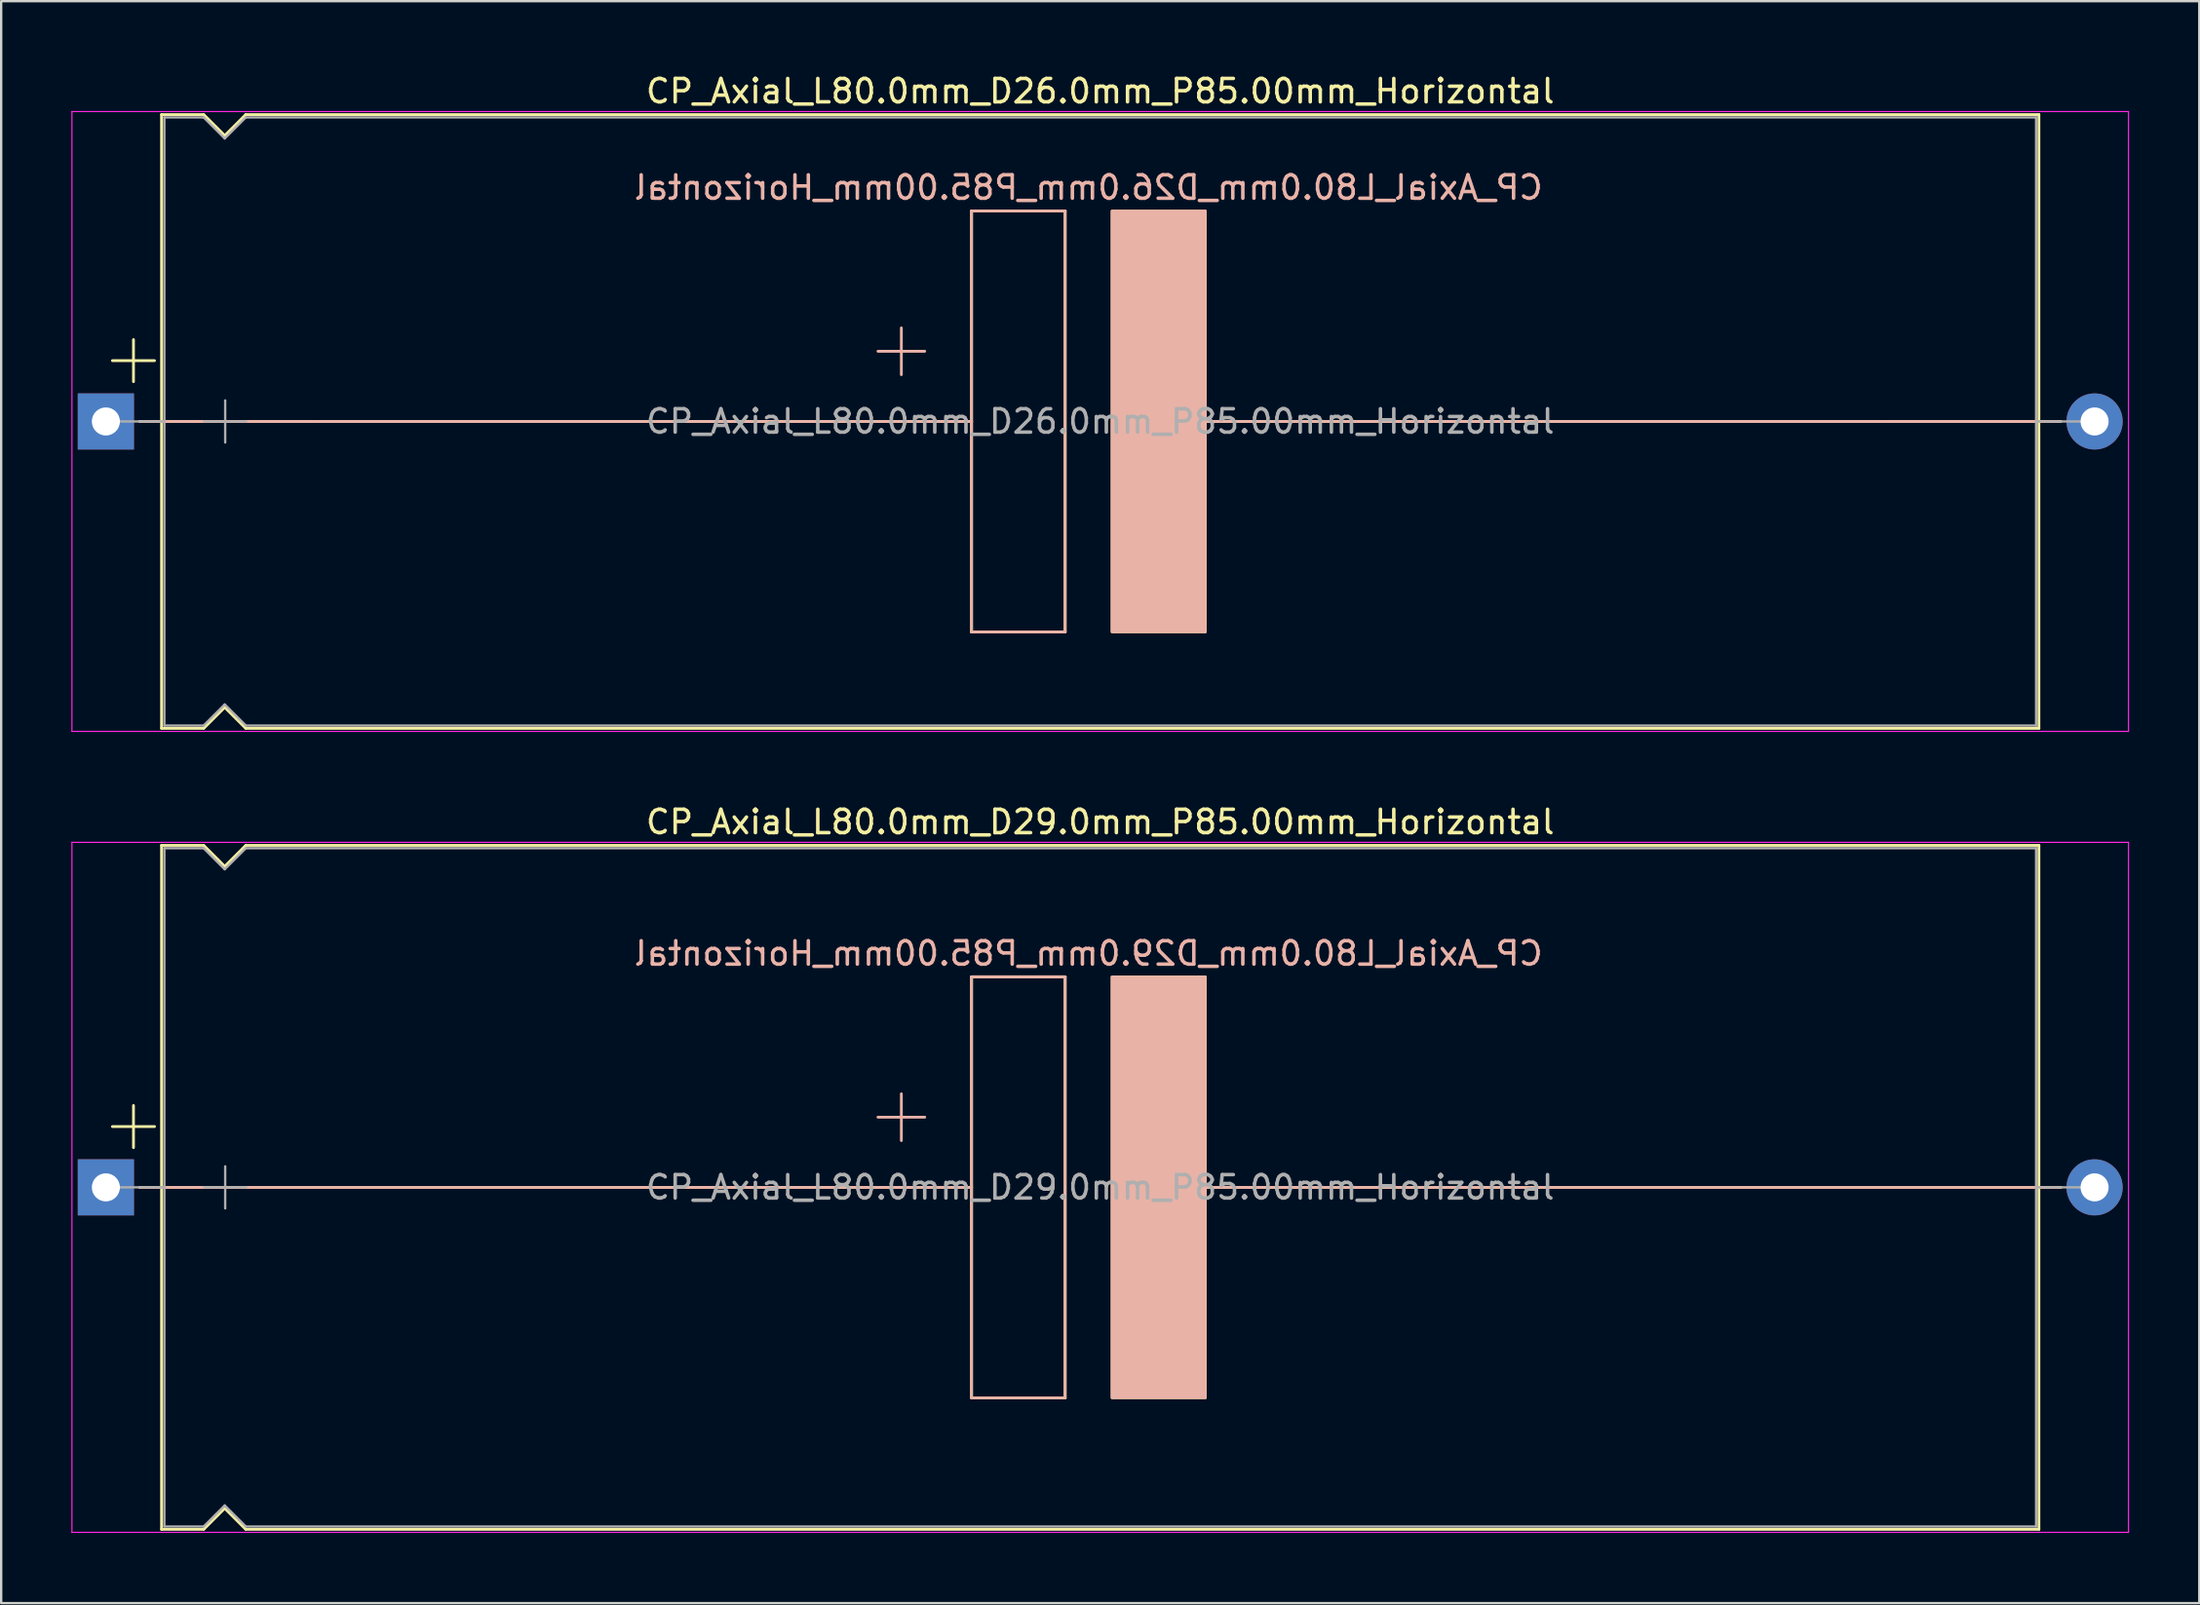
<source format=kicad_pcb>
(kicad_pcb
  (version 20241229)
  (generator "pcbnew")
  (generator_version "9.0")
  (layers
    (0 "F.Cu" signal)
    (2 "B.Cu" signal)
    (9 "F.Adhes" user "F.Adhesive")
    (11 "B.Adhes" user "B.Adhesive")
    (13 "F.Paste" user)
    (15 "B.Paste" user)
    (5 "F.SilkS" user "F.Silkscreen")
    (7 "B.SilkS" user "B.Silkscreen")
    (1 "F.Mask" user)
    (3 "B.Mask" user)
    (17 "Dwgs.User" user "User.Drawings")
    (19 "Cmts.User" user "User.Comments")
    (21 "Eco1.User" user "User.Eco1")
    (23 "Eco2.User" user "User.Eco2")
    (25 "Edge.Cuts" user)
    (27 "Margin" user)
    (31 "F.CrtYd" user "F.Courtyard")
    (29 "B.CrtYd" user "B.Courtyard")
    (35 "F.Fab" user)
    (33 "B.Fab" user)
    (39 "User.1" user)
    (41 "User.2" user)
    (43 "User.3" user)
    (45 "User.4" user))
  (footprint "CP_Axial_L80.0mm_D29.0mm_P85.00mm_Horizontal"
    (layer "F.Cu")
    (at 1.475 47.712)
    (property "Reference" "CP_Axial_L80.0mm_D29.0mm_P85.00mm_Horizontal" (at 42.5 -15.62 0) (layer "F.SilkS") (effects (font (size 1 1) (thickness 0.15))))
    (fp_line (start 0.28 -2.6) (end 2.08 -2.6) (stroke (width 0.12) (type solid)) (layer "F.SilkS"))
    (fp_line (start 1.18 -3.5) (end 1.18 -1.7) (stroke (width 0.12) (type solid)) (layer "F.SilkS"))
    (fp_line (start 1.44 0) (end 2.38 0) (stroke (width 0.12) (type solid)) (layer "F.SilkS"))
    (fp_line (start 2.38 -14.62) (end 2.38 14.62) (stroke (width 0.12) (type solid)) (layer "F.SilkS"))
    (fp_line (start 2.38 -14.62) (end 4.18 -14.62) (stroke (width 0.12) (type solid)) (layer "F.SilkS"))
    (fp_line (start 2.38 0) (end 37 0) (stroke (width 0.12) (type solid)) (layer "F.SilkS"))
    (fp_line (start 2.38 14.62) (end 4.18 14.62) (stroke (width 0.12) (type solid)) (layer "F.SilkS"))
    (fp_line (start 4.18 -14.62) (end 5.08 -13.72) (stroke (width 0.12) (type solid)) (layer "F.SilkS"))
    (fp_line (start 4.18 14.62) (end 5.08 13.72) (stroke (width 0.12) (type solid)) (layer "F.SilkS"))
    (fp_line (start 5.08 -13.72) (end 5.98 -14.62) (stroke (width 0.12) (type solid)) (layer "F.SilkS"))
    (fp_line (start 5.08 13.72) (end 5.98 14.62) (stroke (width 0.12) (type solid)) (layer "F.SilkS"))
    (fp_line (start 5.98 -14.62) (end 82.62 -14.62) (stroke (width 0.12) (type solid)) (layer "F.SilkS"))
    (fp_line (start 5.98 14.62) (end 82.62 14.62) (stroke (width 0.12) (type solid)) (layer "F.SilkS"))
    (fp_line (start 37 -9) (end 41 -9) (stroke (width 0.12) (type solid)) (layer "F.SilkS"))
    (fp_line (start 37 9) (end 37 -9) (stroke (width 0.12) (type solid)) (layer "F.SilkS"))
    (fp_line (start 41 -9) (end 41 9) (stroke (width 0.12) (type solid)) (layer "F.SilkS"))
    (fp_line (start 41 9) (end 37 9) (stroke (width 0.12) (type solid)) (layer "F.SilkS"))
    (fp_line (start 47 0) (end 82.614 0) (stroke (width 0.12) (type solid)) (layer "F.SilkS"))
    (fp_line (start 82.62 -14.62) (end 82.62 14.62) (stroke (width 0.12) (type solid)) (layer "F.SilkS"))
    (fp_line (start 83.56 0) (end 82.62 0) (stroke (width 0.12) (type solid)) (layer "F.SilkS"))
    (fp_poly (pts (xy 47 9) (xy 43 9) (xy 43 -9) (xy 47 -9)) (stroke (width 0.1) (type solid)) (fill yes) (layer "F.SilkS"))
    (fp_line (start 1.5 0) (end 8.88 0) (stroke (width 0.12) (type solid)) (layer "B.SilkS"))
    (fp_line (start 8.88 0) (end 37 0) (stroke (width 0.12) (type solid)) (layer "B.SilkS"))
    (fp_line (start 34 -2) (end 34 -4) (stroke (width 0.12) (type solid)) (layer "B.SilkS"))
    (fp_line (start 35 -3) (end 33 -3) (stroke (width 0.12) (type solid)) (layer "B.SilkS"))
    (fp_line (start 37 -9) (end 41 -9) (stroke (width 0.12) (type solid)) (layer "B.SilkS"))
    (fp_line (start 37 9) (end 37 -9) (stroke (width 0.12) (type solid)) (layer "B.SilkS"))
    (fp_line (start 41 -9) (end 41 9) (stroke (width 0.12) (type solid)) (layer "B.SilkS"))
    (fp_line (start 41 9) (end 37 9) (stroke (width 0.12) (type solid)) (layer "B.SilkS"))
    (fp_line (start 47 0) (end 76.12 0) (stroke (width 0.12) (type solid)) (layer "B.SilkS"))
    (fp_line (start 83.5 0) (end 76.12 0) (stroke (width 0.12) (type solid)) (layer "B.SilkS"))
    (fp_poly (pts (xy 47 9) (xy 43 9) (xy 43 -9) (xy 47 -9)) (stroke (width 0.1) (type solid)) (fill yes) (layer "B.SilkS"))
    (fp_line (start -1.45 -14.75) (end -1.45 14.75) (stroke (width 0.05) (type solid)) (layer "F.CrtYd"))
    (fp_line (start -1.45 14.75) (end 86.45 14.75) (stroke (width 0.05) (type solid)) (layer "F.CrtYd"))
    (fp_line (start 86.45 -14.75) (end -1.45 -14.75) (stroke (width 0.05) (type solid)) (layer "F.CrtYd"))
    (fp_line (start 86.45 14.75) (end 86.45 -14.75) (stroke (width 0.05) (type solid)) (layer "F.CrtYd"))
    (fp_line (start 0 0) (end 2.5 0) (stroke (width 0.1) (type solid)) (layer "F.Fab"))
    (fp_line (start 2.5 -14.5) (end 2.5 14.5) (stroke (width 0.1) (type solid)) (layer "F.Fab"))
    (fp_line (start 2.5 -14.5) (end 4.18 -14.5) (stroke (width 0.1) (type solid)) (layer "F.Fab"))
    (fp_line (start 2.5 14.5) (end 4.18 14.5) (stroke (width 0.1) (type solid)) (layer "F.Fab"))
    (fp_line (start 4.18 -14.5) (end 5.08 -13.6) (stroke (width 0.1) (type solid)) (layer "F.Fab"))
    (fp_line (start 4.18 14.5) (end 5.08 13.6) (stroke (width 0.1) (type solid)) (layer "F.Fab"))
    (fp_line (start 4.2 0) (end 6 0) (stroke (width 0.1) (type solid)) (layer "F.Fab"))
    (fp_line (start 5.08 -13.6) (end 5.98 -14.5) (stroke (width 0.1) (type solid)) (layer "F.Fab"))
    (fp_line (start 5.08 13.6) (end 5.98 14.5) (stroke (width 0.1) (type solid)) (layer "F.Fab"))
    (fp_line (start 5.1 -0.9) (end 5.1 0.9) (stroke (width 0.1) (type solid)) (layer "F.Fab"))
    (fp_line (start 5.98 -14.5) (end 82.5 -14.5) (stroke (width 0.1) (type solid)) (layer "F.Fab"))
    (fp_line (start 5.98 14.5) (end 82.5 14.5) (stroke (width 0.1) (type solid)) (layer "F.Fab"))
    (fp_line (start 82.5 -14.5) (end 82.5 14.5) (stroke (width 0.1) (type solid)) (layer "F.Fab"))
    (fp_line (start 85 0) (end 82.5 0) (stroke (width 0.1) (type solid)) (layer "F.Fab"))
    (fp_text user "${REFERENCE}" (at 42 -10 0) (layer "B.SilkS") (effects (font (size 1 1) (thickness 0.15)) (justify mirror)))
    (fp_text user "${REFERENCE}" (at 42.5 0 0) (layer "F.Fab") (effects (font (size 1 1) (thickness 0.15))))
    (pad "1" thru_hole rect (at 0 0) (size 2.4 2.4) (drill 1.2) (layers "*.Cu" "*.Mask"))
    (pad "2" thru_hole oval (at 85 0) (size 2.4 2.4) (drill 1.2) (layers "*.Cu" "*.Mask")))
  (footprint "CP_Axial_L80.0mm_D26.0mm_P85.00mm_Horizontal"
    (layer "F.Cu")
    (at 1.475 14.968)
    (property "Reference" "CP_Axial_L80.0mm_D26.0mm_P85.00mm_Horizontal" (at 42.5 -14.12 0) (layer "F.SilkS") (effects (font (size 1 1) (thickness 0.15))))
    (fp_line (start 0.28 -2.6) (end 2.08 -2.6) (stroke (width 0.12) (type solid)) (layer "F.SilkS"))
    (fp_line (start 1.18 -3.5) (end 1.18 -1.7) (stroke (width 0.12) (type solid)) (layer "F.SilkS"))
    (fp_line (start 1.44 0) (end 2.38 0) (stroke (width 0.12) (type solid)) (layer "F.SilkS"))
    (fp_line (start 2.38 -13.12) (end 2.38 13.12) (stroke (width 0.12) (type solid)) (layer "F.SilkS"))
    (fp_line (start 2.38 -13.12) (end 4.18 -13.12) (stroke (width 0.12) (type solid)) (layer "F.SilkS"))
    (fp_line (start 2.38 0) (end 37 0) (stroke (width 0.12) (type solid)) (layer "F.SilkS"))
    (fp_line (start 2.38 13.12) (end 4.18 13.12) (stroke (width 0.12) (type solid)) (layer "F.SilkS"))
    (fp_line (start 4.18 -13.12) (end 5.08 -12.22) (stroke (width 0.12) (type solid)) (layer "F.SilkS"))
    (fp_line (start 4.18 13.12) (end 5.08 12.22) (stroke (width 0.12) (type solid)) (layer "F.SilkS"))
    (fp_line (start 5.08 -12.22) (end 5.98 -13.12) (stroke (width 0.12) (type solid)) (layer "F.SilkS"))
    (fp_line (start 5.08 12.22) (end 5.98 13.12) (stroke (width 0.12) (type solid)) (layer "F.SilkS"))
    (fp_line (start 5.98 -13.12) (end 82.62 -13.12) (stroke (width 0.12) (type solid)) (layer "F.SilkS"))
    (fp_line (start 5.98 13.12) (end 82.62 13.12) (stroke (width 0.12) (type solid)) (layer "F.SilkS"))
    (fp_line (start 37 -9) (end 41 -9) (stroke (width 0.12) (type solid)) (layer "F.SilkS"))
    (fp_line (start 37 9) (end 37 -9) (stroke (width 0.12) (type solid)) (layer "F.SilkS"))
    (fp_line (start 41 -9) (end 41 9) (stroke (width 0.12) (type solid)) (layer "F.SilkS"))
    (fp_line (start 41 9) (end 37 9) (stroke (width 0.12) (type solid)) (layer "F.SilkS"))
    (fp_line (start 47 0) (end 82.62 0) (stroke (width 0.12) (type solid)) (layer "F.SilkS"))
    (fp_line (start 82.62 -13.12) (end 82.62 13.12) (stroke (width 0.12) (type solid)) (layer "F.SilkS"))
    (fp_line (start 83.56 0) (end 82.62 0) (stroke (width 0.12) (type solid)) (layer "F.SilkS"))
    (fp_poly (pts (xy 47 9) (xy 43 9) (xy 43 -9) (xy 47 -9)) (stroke (width 0.1) (type solid)) (fill yes) (layer "F.SilkS"))
    (fp_line (start 1.5 0) (end 8.88 0) (stroke (width 0.12) (type solid)) (layer "B.SilkS"))
    (fp_line (start 8.88 0) (end 37 0) (stroke (width 0.12) (type solid)) (layer "B.SilkS"))
    (fp_line (start 34 -2) (end 34 -4) (stroke (width 0.12) (type solid)) (layer "B.SilkS"))
    (fp_line (start 35 -3) (end 33 -3) (stroke (width 0.12) (type solid)) (layer "B.SilkS"))
    (fp_line (start 37 -9) (end 41 -9) (stroke (width 0.12) (type solid)) (layer "B.SilkS"))
    (fp_line (start 37 9) (end 37 -9) (stroke (width 0.12) (type solid)) (layer "B.SilkS"))
    (fp_line (start 41 -9) (end 41 9) (stroke (width 0.12) (type solid)) (layer "B.SilkS"))
    (fp_line (start 41 9) (end 37 9) (stroke (width 0.12) (type solid)) (layer "B.SilkS"))
    (fp_line (start 47 0) (end 76.12 0) (stroke (width 0.12) (type solid)) (layer "B.SilkS"))
    (fp_line (start 83.5 0) (end 76.12 0) (stroke (width 0.12) (type solid)) (layer "B.SilkS"))
    (fp_poly (pts (xy 47 9) (xy 43 9) (xy 43 -9) (xy 47 -9)) (stroke (width 0.1) (type solid)) (fill yes) (layer "B.SilkS"))
    (fp_line (start -1.45 -13.25) (end -1.45 13.25) (stroke (width 0.05) (type solid)) (layer "F.CrtYd"))
    (fp_line (start -1.45 13.25) (end 86.45 13.25) (stroke (width 0.05) (type solid)) (layer "F.CrtYd"))
    (fp_line (start 86.45 -13.25) (end -1.45 -13.25) (stroke (width 0.05) (type solid)) (layer "F.CrtYd"))
    (fp_line (start 86.45 13.25) (end 86.45 -13.25) (stroke (width 0.05) (type solid)) (layer "F.CrtYd"))
    (fp_line (start 0 0) (end 2.5 0) (stroke (width 0.1) (type solid)) (layer "F.Fab"))
    (fp_line (start 2.5 -13) (end 2.5 13) (stroke (width 0.1) (type solid)) (layer "F.Fab"))
    (fp_line (start 2.5 -13) (end 4.18 -13) (stroke (width 0.1) (type solid)) (layer "F.Fab"))
    (fp_line (start 2.5 13) (end 4.18 13) (stroke (width 0.1) (type solid)) (layer "F.Fab"))
    (fp_line (start 4.18 -13) (end 5.08 -12.1) (stroke (width 0.1) (type solid)) (layer "F.Fab"))
    (fp_line (start 4.18 13) (end 5.08 12.1) (stroke (width 0.1) (type solid)) (layer "F.Fab"))
    (fp_line (start 4.2 0) (end 6 0) (stroke (width 0.1) (type solid)) (layer "F.Fab"))
    (fp_line (start 5.08 -12.1) (end 5.98 -13) (stroke (width 0.1) (type solid)) (layer "F.Fab"))
    (fp_line (start 5.08 12.1) (end 5.98 13) (stroke (width 0.1) (type solid)) (layer "F.Fab"))
    (fp_line (start 5.1 -0.9) (end 5.1 0.9) (stroke (width 0.1) (type solid)) (layer "F.Fab"))
    (fp_line (start 5.98 -13) (end 82.5 -13) (stroke (width 0.1) (type solid)) (layer "F.Fab"))
    (fp_line (start 5.98 13) (end 82.5 13) (stroke (width 0.1) (type solid)) (layer "F.Fab"))
    (fp_line (start 82.5 -13) (end 82.5 13) (stroke (width 0.1) (type solid)) (layer "F.Fab"))
    (fp_line (start 85 0) (end 82.5 0) (stroke (width 0.1) (type solid)) (layer "F.Fab"))
    (fp_text user "${REFERENCE}" (at 42 -10 0) (layer "B.SilkS") (effects (font (size 1 1) (thickness 0.15)) (justify mirror)))
    (fp_text user "${REFERENCE}" (at 42.5 0 0) (layer "F.Fab") (effects (font (size 1 1) (thickness 0.15))))
    (pad "1" thru_hole rect (at 0 0) (size 2.4 2.4) (drill 1.2) (layers "*.Cu" "*.Mask"))
    (pad "2" thru_hole oval (at 85 0) (size 2.4 2.4) (drill 1.2) (layers "*.Cu" "*.Mask")))
  (gr_rect
    (start -3 -3)
    (end 90.95 65.487)
    (stroke (width 0.1) (type default))
    (fill no)
    (layer "Edge.Cuts")))
</source>
